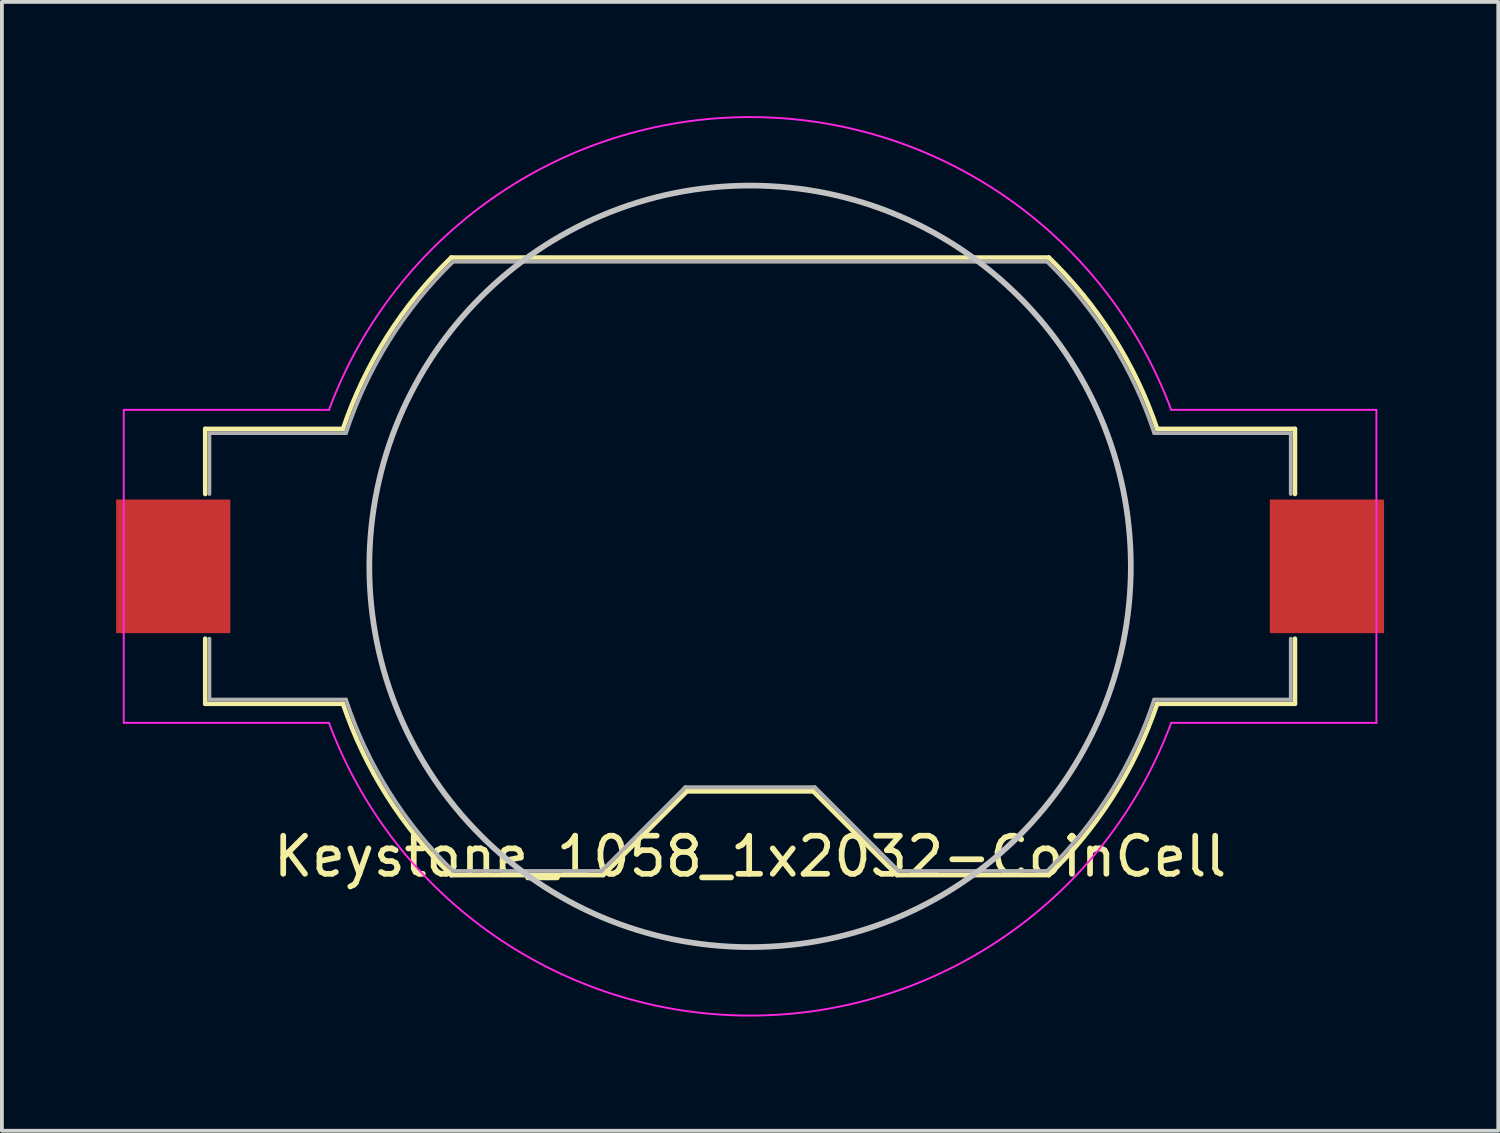
<source format=kicad_pcb>
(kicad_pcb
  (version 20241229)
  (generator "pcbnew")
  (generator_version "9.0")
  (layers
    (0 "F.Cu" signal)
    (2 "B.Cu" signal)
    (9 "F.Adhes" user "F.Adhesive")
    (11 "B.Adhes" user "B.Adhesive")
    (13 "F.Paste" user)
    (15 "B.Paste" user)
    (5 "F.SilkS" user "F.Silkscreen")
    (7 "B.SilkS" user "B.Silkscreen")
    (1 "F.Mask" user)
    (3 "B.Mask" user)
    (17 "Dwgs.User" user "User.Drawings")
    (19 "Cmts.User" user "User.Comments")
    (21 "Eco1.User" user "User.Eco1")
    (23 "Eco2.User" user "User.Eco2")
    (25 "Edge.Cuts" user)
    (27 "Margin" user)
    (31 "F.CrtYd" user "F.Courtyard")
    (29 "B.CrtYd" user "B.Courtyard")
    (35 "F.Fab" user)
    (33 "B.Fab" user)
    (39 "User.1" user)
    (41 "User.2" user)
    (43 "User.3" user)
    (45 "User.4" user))
  (footprint "Keystone_1058_1x2032-CoinCell"
    (layer "F.Cu")
    (at 16.65 11.824)
    (property "Reference" "Keystone_1058_1x2032-CoinCell" (at 0 7.62 0) (layer "F.SilkS") (effects (font (size 1 1) (thickness 0.15))))
    (attr smd)
    (fp_line (start -14.31 -3.61) (end -10.692 -3.61) (stroke (width 0.12) (type solid)) (layer "F.SilkS"))
    (fp_line (start -14.31 -1.9) (end -14.31 -3.61) (stroke (width 0.12) (type solid)) (layer "F.SilkS"))
    (fp_line (start -14.31 1.9) (end -14.31 3.61) (stroke (width 0.12) (type solid)) (layer "F.SilkS"))
    (fp_line (start -10.692 3.61) (end -14.31 3.61) (stroke (width 0.12) (type solid)) (layer "F.SilkS"))
    (fp_line (start -7.847 -8.11) (end 7.847 -8.11) (stroke (width 0.12) (type solid)) (layer "F.SilkS"))
    (fp_line (start -3.86 8.11) (end -7.847 8.11) (stroke (width 0.12) (type solid)) (layer "F.SilkS"))
    (fp_line (start -1.66 5.91) (end -3.86 8.11) (stroke (width 0.12) (type solid)) (layer "F.SilkS"))
    (fp_line (start 1.66 5.91) (end -1.66 5.91) (stroke (width 0.12) (type solid)) (layer "F.SilkS"))
    (fp_line (start 1.66 5.91) (end 3.86 8.11) (stroke (width 0.12) (type solid)) (layer "F.SilkS"))
    (fp_line (start 7.847 8.11) (end 3.86 8.11) (stroke (width 0.12) (type solid)) (layer "F.SilkS"))
    (fp_line (start 10.692 -3.61) (end 14.31 -3.61) (stroke (width 0.12) (type solid)) (layer "F.SilkS"))
    (fp_line (start 14.31 -1.9) (end 14.31 -3.61) (stroke (width 0.12) (type solid)) (layer "F.SilkS"))
    (fp_line (start 14.31 1.9) (end 14.31 3.61) (stroke (width 0.12) (type solid)) (layer "F.SilkS"))
    (fp_line (start 14.31 3.61) (end 10.692 3.61) (stroke (width 0.12) (type solid)) (layer "F.SilkS"))
    (fp_arc (start -10.692 -3.61) (mid -9.538084 -6.031244) (end -7.845371 -8.111789) (stroke (width 0.12) (type solid)) (layer "F.SilkS"))
    (fp_arc (start -7.845371 8.111789) (mid -9.538085 6.031244) (end -10.692 3.61) (stroke (width 0.12) (type solid)) (layer "F.SilkS"))
    (fp_arc (start 7.845371 -8.111789) (mid 9.538085 -6.031244) (end 10.692 -3.61) (stroke (width 0.12) (type solid)) (layer "F.SilkS"))
    (fp_arc (start 10.692 3.61) (mid 9.538084 6.031244) (end 7.845371 8.111789) (stroke (width 0.12) (type solid)) (layer "F.SilkS"))
    (fp_circle (center 0 0) (end 10 0) (stroke (width 0.15) (type solid)) (fill no) (layer "Dwgs.User"))
    (fp_line (start -16.45 -4.11) (end -16.45 4.11) (stroke (width 0.05) (type solid)) (layer "F.CrtYd"))
    (fp_line (start -16.45 -4.11) (end -11.06 -4.11) (stroke (width 0.05) (type solid)) (layer "F.CrtYd"))
    (fp_line (start -16.45 4.11) (end -11.06 4.11) (stroke (width 0.05) (type solid)) (layer "F.CrtYd"))
    (fp_line (start 11.06 4.11) (end 16.45 4.11) (stroke (width 0.05) (type solid)) (layer "F.CrtYd"))
    (fp_line (start 16.45 -4.11) (end 11.06 -4.11) (stroke (width 0.05) (type solid)) (layer "F.CrtYd"))
    (fp_line (start 16.45 4.11) (end 16.45 -4.11) (stroke (width 0.05) (type solid)) (layer "F.CrtYd"))
    (fp_arc (start -11.06 -4.11) (mid -0.002978 -11.79897) (end 11.057924 -4.115582) (stroke (width 0.05) (type solid)) (layer "F.CrtYd"))
    (fp_arc (start 11.06 4.11) (mid 0.002978 11.79897) (end -11.057924 4.115582) (stroke (width 0.05) (type solid)) (layer "F.CrtYd"))
    (fp_line (start -14.2 -3.5) (end -14.2 -1.9) (stroke (width 0.1) (type solid)) (layer "F.Fab"))
    (fp_line (start -14.2 -3.5) (end -10.613 -3.5) (stroke (width 0.1) (type solid)) (layer "F.Fab"))
    (fp_line (start -14.2 1.9) (end -14.2 3.5) (stroke (width 0.1) (type solid)) (layer "F.Fab"))
    (fp_line (start -14.2 3.5) (end -10.613 3.5) (stroke (width 0.1) (type solid)) (layer "F.Fab"))
    (fp_line (start -7.803 -8) (end 7.803 -8) (stroke (width 0.1) (type solid)) (layer "F.Fab"))
    (fp_line (start -3.9 8) (end -7.803 8) (stroke (width 0.1) (type solid)) (layer "F.Fab"))
    (fp_line (start -1.7 5.8) (end -3.9 8) (stroke (width 0.1) (type solid)) (layer "F.Fab"))
    (fp_line (start -1.7 5.8) (end 1.7 5.8) (stroke (width 0.1) (type solid)) (layer "F.Fab"))
    (fp_line (start 1.7 5.8) (end 3.9 8) (stroke (width 0.1) (type solid)) (layer "F.Fab"))
    (fp_line (start 3.9 8) (end 7.803 8) (stroke (width 0.1) (type solid)) (layer "F.Fab"))
    (fp_line (start 10.613 -3.5) (end 14.2 -3.5) (stroke (width 0.1) (type solid)) (layer "F.Fab"))
    (fp_line (start 14.2 -3.5) (end 14.2 -1.9) (stroke (width 0.1) (type solid)) (layer "F.Fab"))
    (fp_line (start 14.2 1.9) (end 14.2 3.5) (stroke (width 0.1) (type solid)) (layer "F.Fab"))
    (fp_line (start 14.2 3.5) (end 10.613 3.5) (stroke (width 0.1) (type solid)) (layer "F.Fab"))
    (fp_arc (start -10.61275 -3.5) (mid -9.478596 -5.919179) (end -7.802602 -7.999992) (stroke (width 0.1) (type solid)) (layer "F.Fab"))
    (fp_arc (start -7.802602 7.999992) (mid -9.478596 5.91918) (end -10.61275 3.5) (stroke (width 0.1) (type solid)) (layer "F.Fab"))
    (fp_arc (start 7.802602 -7.999992) (mid 9.478596 -5.91918) (end 10.61275 -3.5) (stroke (width 0.1) (type solid)) (layer "F.Fab"))
    (fp_arc (start 10.61275 3.5) (mid 9.478596 5.919179) (end 7.802602 7.999992) (stroke (width 0.1) (type solid)) (layer "F.Fab"))
    (pad "1" smd rect (at -15.15 0) (size 3 3.51) (layers "F.Cu" "F.Mask" "F.Paste"))
    (pad "2" smd rect (at 15.15 0) (size 3 3.51) (layers "F.Cu" "F.Mask" "F.Paste")))
  (gr_rect
    (start -3 -3)
    (end 36.3 26.648)
    (stroke (width 0.1) (type default))
    (fill no)
    (layer "Edge.Cuts")))
</source>
